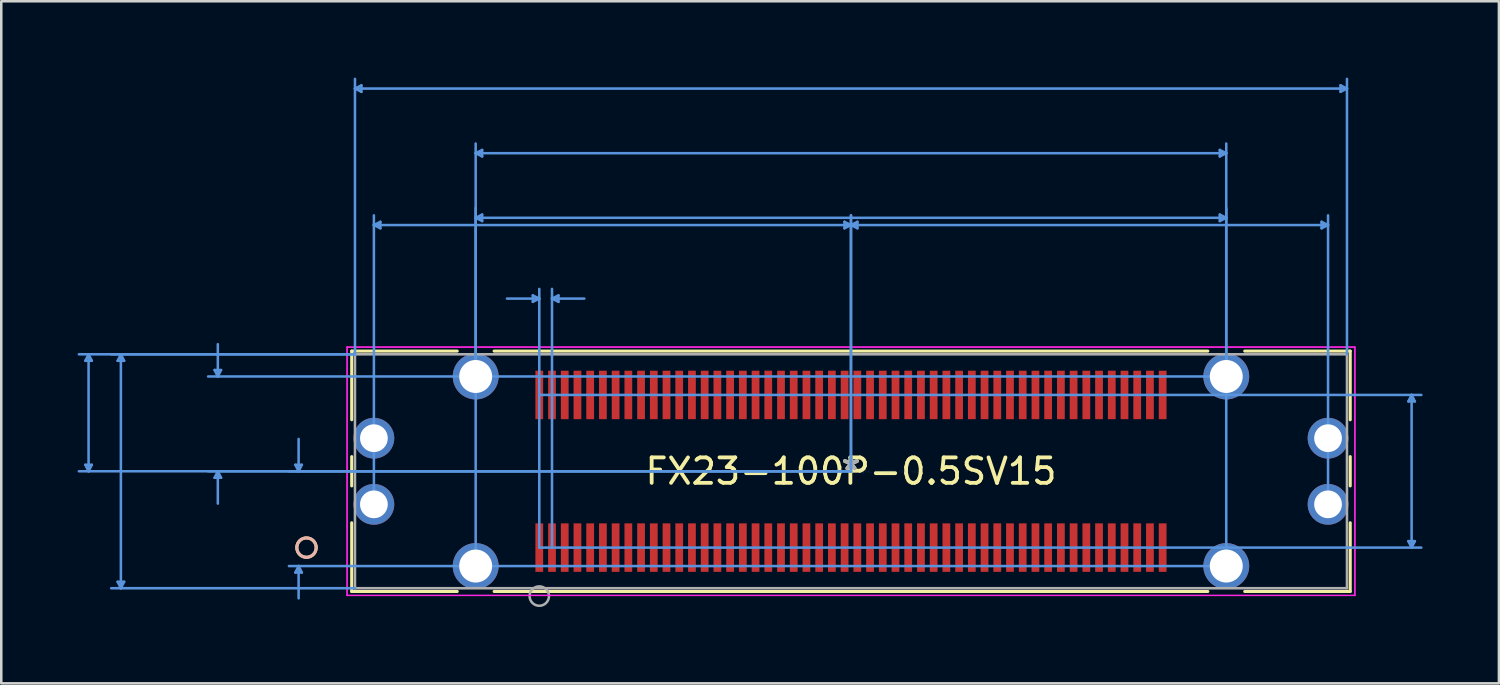
<source format=kicad_pcb>
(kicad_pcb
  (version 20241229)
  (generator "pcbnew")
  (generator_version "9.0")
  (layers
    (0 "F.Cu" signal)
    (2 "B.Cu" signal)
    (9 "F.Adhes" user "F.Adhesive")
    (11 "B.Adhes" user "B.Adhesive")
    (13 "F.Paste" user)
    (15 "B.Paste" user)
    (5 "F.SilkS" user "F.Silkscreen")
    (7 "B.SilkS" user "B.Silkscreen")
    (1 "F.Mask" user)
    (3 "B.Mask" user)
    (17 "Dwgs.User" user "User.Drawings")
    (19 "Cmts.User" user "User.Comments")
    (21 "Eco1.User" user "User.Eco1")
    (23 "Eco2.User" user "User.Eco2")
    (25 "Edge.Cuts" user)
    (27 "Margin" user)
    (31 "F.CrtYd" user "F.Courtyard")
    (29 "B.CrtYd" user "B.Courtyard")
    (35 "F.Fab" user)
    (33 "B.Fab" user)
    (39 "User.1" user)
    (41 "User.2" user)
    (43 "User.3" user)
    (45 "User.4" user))
  (footprint "FX23-100P-0.5SV15"
    (layer "F.Cu")
    (at 30.395 15.472)
    (property "Reference" "FX23-100P-0.5SV15" (at 0 0 0) (layer "F.SilkS") (effects (font (size 1 1) (thickness 0.15))))
    (attr through_hole)
    (fp_line (start -19.622 -4.724) (end -19.622 -2.024) (stroke (width 0.12) (type solid)) (layer "F.SilkS"))
    (fp_line (start -19.622 -0.576) (end -19.622 0.576) (stroke (width 0.12) (type solid)) (layer "F.SilkS"))
    (fp_line (start -19.622 2.024) (end -19.622 4.724) (stroke (width 0.12) (type solid)) (layer "F.SilkS"))
    (fp_line (start -19.622 4.724) (end -15.475 4.724) (stroke (width 0.12) (type solid)) (layer "F.SilkS"))
    (fp_line (start -15.475 -4.724) (end -19.622 -4.724) (stroke (width 0.12) (type solid)) (layer "F.SilkS"))
    (fp_line (start -14.025 4.724) (end 14.025 4.724) (stroke (width 0.12) (type solid)) (layer "F.SilkS"))
    (fp_line (start 14.025 -4.724) (end -14.025 -4.724) (stroke (width 0.12) (type solid)) (layer "F.SilkS"))
    (fp_line (start 15.475 4.724) (end 19.622 4.724) (stroke (width 0.12) (type solid)) (layer "F.SilkS"))
    (fp_line (start 19.622 -4.724) (end 15.475 -4.724) (stroke (width 0.12) (type solid)) (layer "F.SilkS"))
    (fp_line (start 19.622 -2.024) (end 19.622 -4.724) (stroke (width 0.12) (type solid)) (layer "F.SilkS"))
    (fp_line (start 19.622 0.576) (end 19.622 -0.576) (stroke (width 0.12) (type solid)) (layer "F.SilkS"))
    (fp_line (start 19.622 4.724) (end 19.622 2.024) (stroke (width 0.12) (type solid)) (layer "F.SilkS"))
    (fp_circle (center -21.399 3) (end -21.018 3) (stroke (width 0.12) (type solid)) (fill no) (layer "F.SilkS"))
    (fp_circle (center -21.399 3) (end -21.018 3) (stroke (width 0.12) (type solid)) (fill no) (layer "B.SilkS"))
    (fp_line (start -30.091 -4.343) (end -29.837 -4.343) (stroke (width 0.1) (type solid)) (layer "Cmts.User"))
    (fp_line (start -30.091 -0.254) (end -29.837 -0.254) (stroke (width 0.1) (type solid)) (layer "Cmts.User"))
    (fp_line (start -29.964 -4.597) (end -30.091 -4.343) (stroke (width 0.1) (type solid)) (layer "Cmts.User"))
    (fp_line (start -29.964 -4.597) (end -29.964 0) (stroke (width 0.1) (type solid)) (layer "Cmts.User"))
    (fp_line (start -29.964 -4.597) (end -29.837 -4.343) (stroke (width 0.1) (type solid)) (layer "Cmts.User"))
    (fp_line (start -29.964 0) (end -30.091 -0.254) (stroke (width 0.1) (type solid)) (layer "Cmts.User"))
    (fp_line (start -29.964 0) (end -29.837 -0.254) (stroke (width 0.1) (type solid)) (layer "Cmts.User"))
    (fp_line (start -28.821 -4.343) (end -28.567 -4.343) (stroke (width 0.1) (type solid)) (layer "Cmts.User"))
    (fp_line (start -28.821 4.343) (end -28.567 4.343) (stroke (width 0.1) (type solid)) (layer "Cmts.User"))
    (fp_line (start -28.694 -4.597) (end -28.821 -4.343) (stroke (width 0.1) (type solid)) (layer "Cmts.User"))
    (fp_line (start -28.694 -4.597) (end -28.694 4.597) (stroke (width 0.1) (type solid)) (layer "Cmts.User"))
    (fp_line (start -28.694 -4.597) (end -28.567 -4.343) (stroke (width 0.1) (type solid)) (layer "Cmts.User"))
    (fp_line (start -28.694 4.597) (end -28.821 4.343) (stroke (width 0.1) (type solid)) (layer "Cmts.User"))
    (fp_line (start -28.694 4.597) (end -28.567 4.343) (stroke (width 0.1) (type solid)) (layer "Cmts.User"))
    (fp_line (start -25.011 -3.979) (end -24.757 -3.979) (stroke (width 0.1) (type solid)) (layer "Cmts.User"))
    (fp_line (start -25.011 0.254) (end -24.757 0.254) (stroke (width 0.1) (type solid)) (layer "Cmts.User"))
    (fp_line (start -24.884 -3.725) (end -25.011 -3.979) (stroke (width 0.1) (type solid)) (layer "Cmts.User"))
    (fp_line (start -24.884 -3.725) (end -24.884 -4.995) (stroke (width 0.1) (type solid)) (layer "Cmts.User"))
    (fp_line (start -24.884 -3.725) (end -24.757 -3.979) (stroke (width 0.1) (type solid)) (layer "Cmts.User"))
    (fp_line (start -24.884 0) (end -25.011 0.254) (stroke (width 0.1) (type solid)) (layer "Cmts.User"))
    (fp_line (start -24.884 0) (end -24.884 1.27) (stroke (width 0.1) (type solid)) (layer "Cmts.User"))
    (fp_line (start -24.884 0) (end -24.757 0.254) (stroke (width 0.1) (type solid)) (layer "Cmts.User"))
    (fp_line (start -21.836 -0.254) (end -21.582 -0.254) (stroke (width 0.1) (type solid)) (layer "Cmts.User"))
    (fp_line (start -21.836 3.979) (end -21.582 3.979) (stroke (width 0.1) (type solid)) (layer "Cmts.User"))
    (fp_line (start -21.709 0) (end -21.836 -0.254) (stroke (width 0.1) (type solid)) (layer "Cmts.User"))
    (fp_line (start -21.709 0) (end -21.709 -1.27) (stroke (width 0.1) (type solid)) (layer "Cmts.User"))
    (fp_line (start -21.709 0) (end -21.582 -0.254) (stroke (width 0.1) (type solid)) (layer "Cmts.User"))
    (fp_line (start -21.709 3.725) (end -21.836 3.979) (stroke (width 0.1) (type solid)) (layer "Cmts.User"))
    (fp_line (start -21.709 3.725) (end -21.709 4.995) (stroke (width 0.1) (type solid)) (layer "Cmts.User"))
    (fp_line (start -21.709 3.725) (end -21.582 3.979) (stroke (width 0.1) (type solid)) (layer "Cmts.User"))
    (fp_line (start -19.494 -15.041) (end -19.241 -15.168) (stroke (width 0.1) (type solid)) (layer "Cmts.User"))
    (fp_line (start -19.494 -15.041) (end -19.241 -14.914) (stroke (width 0.1) (type solid)) (layer "Cmts.User"))
    (fp_line (start -19.494 -15.041) (end 19.494 -15.041) (stroke (width 0.1) (type solid)) (layer "Cmts.User"))
    (fp_line (start -19.494 -4.597) (end -30.345 -4.597) (stroke (width 0.1) (type solid)) (layer "Cmts.User"))
    (fp_line (start -19.494 -4.597) (end -29.075 -4.597) (stroke (width 0.1) (type solid)) (layer "Cmts.User"))
    (fp_line (start -19.494 -4.597) (end -19.494 -15.422) (stroke (width 0.1) (type solid)) (layer "Cmts.User"))
    (fp_line (start -19.494 4.597) (end -29.075 4.597) (stroke (width 0.1) (type solid)) (layer "Cmts.User"))
    (fp_line (start -19.241 -15.168) (end -19.241 -14.914) (stroke (width 0.1) (type solid)) (layer "Cmts.User"))
    (fp_line (start -18.75 -9.677) (end -18.496 -9.804) (stroke (width 0.1) (type solid)) (layer "Cmts.User"))
    (fp_line (start -18.75 -9.677) (end -18.496 -9.55) (stroke (width 0.1) (type solid)) (layer "Cmts.User"))
    (fp_line (start -18.75 -9.677) (end 0 -9.677) (stroke (width 0.1) (type solid)) (layer "Cmts.User"))
    (fp_line (start -18.75 1.3) (end -18.75 -10.058) (stroke (width 0.1) (type solid)) (layer "Cmts.User"))
    (fp_line (start -18.496 -9.804) (end -18.496 -9.55) (stroke (width 0.1) (type solid)) (layer "Cmts.User"))
    (fp_line (start -14.75 -12.501) (end -14.496 -12.628) (stroke (width 0.1) (type solid)) (layer "Cmts.User"))
    (fp_line (start -14.75 -12.501) (end -14.496 -12.374) (stroke (width 0.1) (type solid)) (layer "Cmts.User"))
    (fp_line (start -14.75 -12.501) (end 14.75 -12.501) (stroke (width 0.1) (type solid)) (layer "Cmts.User"))
    (fp_line (start -14.75 -9.961) (end -14.496 -10.088) (stroke (width 0.1) (type solid)) (layer "Cmts.User"))
    (fp_line (start -14.75 -9.961) (end -14.496 -9.834) (stroke (width 0.1) (type solid)) (layer "Cmts.User"))
    (fp_line (start -14.75 -9.961) (end 14.75 -9.961) (stroke (width 0.1) (type solid)) (layer "Cmts.User"))
    (fp_line (start -14.75 -3.725) (end -14.75 -10.342) (stroke (width 0.1) (type solid)) (layer "Cmts.User"))
    (fp_line (start -14.75 3.725) (end -14.75 -12.882) (stroke (width 0.1) (type solid)) (layer "Cmts.User"))
    (fp_line (start -14.496 -12.628) (end -14.496 -12.374) (stroke (width 0.1) (type solid)) (layer "Cmts.User"))
    (fp_line (start -14.496 -10.088) (end -14.496 -9.834) (stroke (width 0.1) (type solid)) (layer "Cmts.User"))
    (fp_line (start -12.504 -6.913) (end -12.504 -6.659) (stroke (width 0.1) (type solid)) (layer "Cmts.User"))
    (fp_line (start -12.25 -6.786) (end -13.52 -6.786) (stroke (width 0.1) (type solid)) (layer "Cmts.User"))
    (fp_line (start -12.25 -6.786) (end -12.504 -6.913) (stroke (width 0.1) (type solid)) (layer "Cmts.User"))
    (fp_line (start -12.25 -6.786) (end -12.504 -6.659) (stroke (width 0.1) (type solid)) (layer "Cmts.User"))
    (fp_line (start -12.25 -3) (end 22.416 -3) (stroke (width 0.1) (type solid)) (layer "Cmts.User"))
    (fp_line (start -12.25 3) (end -12.25 -7.167) (stroke (width 0.1) (type solid)) (layer "Cmts.User"))
    (fp_line (start -12.25 3) (end 22.416 3) (stroke (width 0.1) (type solid)) (layer "Cmts.User"))
    (fp_line (start -11.75 -6.786) (end -11.496 -6.913) (stroke (width 0.1) (type solid)) (layer "Cmts.User"))
    (fp_line (start -11.75 -6.786) (end -11.496 -6.659) (stroke (width 0.1) (type solid)) (layer "Cmts.User"))
    (fp_line (start -11.75 -6.786) (end -10.48 -6.786) (stroke (width 0.1) (type solid)) (layer "Cmts.User"))
    (fp_line (start -11.75 3) (end -11.75 -7.167) (stroke (width 0.1) (type solid)) (layer "Cmts.User"))
    (fp_line (start -11.496 -6.913) (end -11.496 -6.659) (stroke (width 0.1) (type solid)) (layer "Cmts.User"))
    (fp_line (start -0.254 -9.804) (end -0.254 -9.55) (stroke (width 0.1) (type solid)) (layer "Cmts.User"))
    (fp_line (start 0 -9.677) (end -0.254 -9.804) (stroke (width 0.1) (type solid)) (layer "Cmts.User"))
    (fp_line (start 0 -9.677) (end -0.254 -9.55) (stroke (width 0.1) (type solid)) (layer "Cmts.User"))
    (fp_line (start 0 -9.677) (end 0.254 -9.804) (stroke (width 0.1) (type solid)) (layer "Cmts.User"))
    (fp_line (start 0 -9.677) (end 0.254 -9.55) (stroke (width 0.1) (type solid)) (layer "Cmts.User"))
    (fp_line (start 0 -9.677) (end 18.75 -9.677) (stroke (width 0.1) (type solid)) (layer "Cmts.User"))
    (fp_line (start 0 0) (end -30.345 0) (stroke (width 0.1) (type solid)) (layer "Cmts.User"))
    (fp_line (start 0 0) (end -25.265 0) (stroke (width 0.1) (type solid)) (layer "Cmts.User"))
    (fp_line (start 0 0) (end -22.09 0) (stroke (width 0.1) (type solid)) (layer "Cmts.User"))
    (fp_line (start 0 0) (end 0 -10.058) (stroke (width 0.1) (type solid)) (layer "Cmts.User"))
    (fp_line (start 0 0) (end 0 -10.058) (stroke (width 0.1) (type solid)) (layer "Cmts.User"))
    (fp_line (start 0.254 -9.804) (end 0.254 -9.55) (stroke (width 0.1) (type solid)) (layer "Cmts.User"))
    (fp_line (start 14.496 -12.628) (end 14.496 -12.374) (stroke (width 0.1) (type solid)) (layer "Cmts.User"))
    (fp_line (start 14.496 -10.088) (end 14.496 -9.834) (stroke (width 0.1) (type solid)) (layer "Cmts.User"))
    (fp_line (start 14.75 -12.501) (end 14.496 -12.628) (stroke (width 0.1) (type solid)) (layer "Cmts.User"))
    (fp_line (start 14.75 -12.501) (end 14.496 -12.374) (stroke (width 0.1) (type solid)) (layer "Cmts.User"))
    (fp_line (start 14.75 -9.961) (end 14.496 -10.088) (stroke (width 0.1) (type solid)) (layer "Cmts.User"))
    (fp_line (start 14.75 -9.961) (end 14.496 -9.834) (stroke (width 0.1) (type solid)) (layer "Cmts.User"))
    (fp_line (start 14.75 -3.725) (end -25.265 -3.725) (stroke (width 0.1) (type solid)) (layer "Cmts.User"))
    (fp_line (start 14.75 -3.725) (end 14.75 -10.342) (stroke (width 0.1) (type solid)) (layer "Cmts.User"))
    (fp_line (start 14.75 3.725) (end -22.09 3.725) (stroke (width 0.1) (type solid)) (layer "Cmts.User"))
    (fp_line (start 14.75 3.725) (end 14.75 -12.882) (stroke (width 0.1) (type solid)) (layer "Cmts.User"))
    (fp_line (start 18.496 -9.804) (end 18.496 -9.55) (stroke (width 0.1) (type solid)) (layer "Cmts.User"))
    (fp_line (start 18.75 -9.677) (end 18.496 -9.804) (stroke (width 0.1) (type solid)) (layer "Cmts.User"))
    (fp_line (start 18.75 -9.677) (end 18.496 -9.55) (stroke (width 0.1) (type solid)) (layer "Cmts.User"))
    (fp_line (start 18.75 1.3) (end 18.75 -10.058) (stroke (width 0.1) (type solid)) (layer "Cmts.User"))
    (fp_line (start 19.241 -15.168) (end 19.241 -14.914) (stroke (width 0.1) (type solid)) (layer "Cmts.User"))
    (fp_line (start 19.494 -15.041) (end 19.241 -15.168) (stroke (width 0.1) (type solid)) (layer "Cmts.User"))
    (fp_line (start 19.494 -15.041) (end 19.241 -14.914) (stroke (width 0.1) (type solid)) (layer "Cmts.User"))
    (fp_line (start 19.494 -4.597) (end 19.494 -15.422) (stroke (width 0.1) (type solid)) (layer "Cmts.User"))
    (fp_line (start 21.907 -2.746) (end 22.162 -2.746) (stroke (width 0.1) (type solid)) (layer "Cmts.User"))
    (fp_line (start 21.907 2.746) (end 22.162 2.746) (stroke (width 0.1) (type solid)) (layer "Cmts.User"))
    (fp_line (start 22.035 -3) (end 21.907 -2.746) (stroke (width 0.1) (type solid)) (layer "Cmts.User"))
    (fp_line (start 22.035 -3) (end 22.035 3) (stroke (width 0.1) (type solid)) (layer "Cmts.User"))
    (fp_line (start 22.035 -3) (end 22.162 -2.746) (stroke (width 0.1) (type solid)) (layer "Cmts.User"))
    (fp_line (start 22.035 3) (end 21.907 2.746) (stroke (width 0.1) (type solid)) (layer "Cmts.User"))
    (fp_line (start 22.035 3) (end 22.162 2.746) (stroke (width 0.1) (type solid)) (layer "Cmts.User"))
    (fp_line (start -19.804 -4.881) (end -19.804 4.881) (stroke (width 0.05) (type solid)) (layer "F.CrtYd"))
    (fp_line (start -19.804 -4.881) (end -19.804 4.881) (stroke (width 0.05) (type solid)) (layer "F.CrtYd"))
    (fp_line (start -19.804 4.881) (end 19.804 4.881) (stroke (width 0.05) (type solid)) (layer "F.CrtYd"))
    (fp_line (start -19.804 4.881) (end 19.804 4.881) (stroke (width 0.05) (type solid)) (layer "F.CrtYd"))
    (fp_line (start 19.804 -4.881) (end -19.804 -4.881) (stroke (width 0.05) (type solid)) (layer "F.CrtYd"))
    (fp_line (start 19.804 -4.881) (end -19.804 -4.881) (stroke (width 0.05) (type solid)) (layer "F.CrtYd"))
    (fp_line (start 19.804 4.881) (end 19.804 -4.881) (stroke (width 0.05) (type solid)) (layer "F.CrtYd"))
    (fp_line (start 19.804 4.881) (end 19.804 -4.881) (stroke (width 0.05) (type solid)) (layer "F.CrtYd"))
    (fp_line (start -19.494 -4.597) (end -19.494 4.597) (stroke (width 0.1) (type solid)) (layer "F.Fab"))
    (fp_line (start -19.494 4.597) (end 19.494 4.597) (stroke (width 0.1) (type solid)) (layer "F.Fab"))
    (fp_line (start 19.494 -4.597) (end -19.494 -4.597) (stroke (width 0.1) (type solid)) (layer "F.Fab"))
    (fp_line (start 19.494 4.597) (end 19.494 -4.597) (stroke (width 0.1) (type solid)) (layer "F.Fab"))
    (fp_circle (center -12.25 4.905) (end -11.869 4.905) (stroke (width 0.1) (type solid)) (fill no) (layer "F.Fab"))
    (fp_text user "*" (at 0 0 0) (layer "F.SilkS") (effects (font (size 1 1) (thickness 0.15))))
    (fp_text user "Copyright 2021 Accelerated Designs. All rights reserved." (at 0 0 0) (layer "Cmts.User") (effects (font (size 0.127 0.127) (thickness 0.002))))
    (fp_text user "*" (at 0 0 0) (layer "F.Fab") (effects (font (size 1 1) (thickness 0.15))))
    (pad "1" smd rect (at -12.25 3) (size 0.305 1.905) (layers "F.Cu" "F.Mask" "F.Paste"))
    (pad "2" smd rect (at -11.75 3) (size 0.305 1.905) (layers "F.Cu" "F.Mask" "F.Paste"))
    (pad "3" smd rect (at -11.25 3) (size 0.305 1.905) (layers "F.Cu" "F.Mask" "F.Paste"))
    (pad "4" smd rect (at -10.75 3) (size 0.305 1.905) (layers "F.Cu" "F.Mask" "F.Paste"))
    (pad "5" smd rect (at -10.25 3) (size 0.305 1.905) (layers "F.Cu" "F.Mask" "F.Paste"))
    (pad "6" smd rect (at -9.75 3) (size 0.305 1.905) (layers "F.Cu" "F.Mask" "F.Paste"))
    (pad "7" smd rect (at -9.25 3) (size 0.305 1.905) (layers "F.Cu" "F.Mask" "F.Paste"))
    (pad "8" smd rect (at -8.75 3) (size 0.305 1.905) (layers "F.Cu" "F.Mask" "F.Paste"))
    (pad "9" smd rect (at -8.25 3) (size 0.305 1.905) (layers "F.Cu" "F.Mask" "F.Paste"))
    (pad "10" smd rect (at -7.75 3) (size 0.305 1.905) (layers "F.Cu" "F.Mask" "F.Paste"))
    (pad "11" smd rect (at -7.25 3) (size 0.305 1.905) (layers "F.Cu" "F.Mask" "F.Paste"))
    (pad "12" smd rect (at -6.75 3) (size 0.305 1.905) (layers "F.Cu" "F.Mask" "F.Paste"))
    (pad "13" smd rect (at -6.25 3) (size 0.305 1.905) (layers "F.Cu" "F.Mask" "F.Paste"))
    (pad "14" smd rect (at -5.75 3) (size 0.305 1.905) (layers "F.Cu" "F.Mask" "F.Paste"))
    (pad "15" smd rect (at -5.25 3) (size 0.305 1.905) (layers "F.Cu" "F.Mask" "F.Paste"))
    (pad "16" smd rect (at -4.75 3) (size 0.305 1.905) (layers "F.Cu" "F.Mask" "F.Paste"))
    (pad "17" smd rect (at -4.25 3) (size 0.305 1.905) (layers "F.Cu" "F.Mask" "F.Paste"))
    (pad "18" smd rect (at -3.75 3) (size 0.305 1.905) (layers "F.Cu" "F.Mask" "F.Paste"))
    (pad "19" smd rect (at -3.25 3) (size 0.305 1.905) (layers "F.Cu" "F.Mask" "F.Paste"))
    (pad "20" smd rect (at -2.75 3) (size 0.305 1.905) (layers "F.Cu" "F.Mask" "F.Paste"))
    (pad "21" smd rect (at -2.25 3) (size 0.305 1.905) (layers "F.Cu" "F.Mask" "F.Paste"))
    (pad "22" smd rect (at -1.75 3) (size 0.305 1.905) (layers "F.Cu" "F.Mask" "F.Paste"))
    (pad "23" smd rect (at -1.25 3) (size 0.305 1.905) (layers "F.Cu" "F.Mask" "F.Paste"))
    (pad "24" smd rect (at -0.75 3) (size 0.305 1.905) (layers "F.Cu" "F.Mask" "F.Paste"))
    (pad "25" smd rect (at -0.25 3) (size 0.305 1.905) (layers "F.Cu" "F.Mask" "F.Paste"))
    (pad "26" smd rect (at 0.25 3) (size 0.305 1.905) (layers "F.Cu" "F.Mask" "F.Paste"))
    (pad "27" smd rect (at 0.75 3) (size 0.305 1.905) (layers "F.Cu" "F.Mask" "F.Paste"))
    (pad "28" smd rect (at 1.25 3) (size 0.305 1.905) (layers "F.Cu" "F.Mask" "F.Paste"))
    (pad "29" smd rect (at 1.75 3) (size 0.305 1.905) (layers "F.Cu" "F.Mask" "F.Paste"))
    (pad "30" smd rect (at 2.25 3) (size 0.305 1.905) (layers "F.Cu" "F.Mask" "F.Paste"))
    (pad "31" smd rect (at 2.75 3) (size 0.305 1.905) (layers "F.Cu" "F.Mask" "F.Paste"))
    (pad "32" smd rect (at 3.25 3) (size 0.305 1.905) (layers "F.Cu" "F.Mask" "F.Paste"))
    (pad "33" smd rect (at 3.75 3) (size 0.305 1.905) (layers "F.Cu" "F.Mask" "F.Paste"))
    (pad "34" smd rect (at 4.25 3) (size 0.305 1.905) (layers "F.Cu" "F.Mask" "F.Paste"))
    (pad "35" smd rect (at 4.75 3) (size 0.305 1.905) (layers "F.Cu" "F.Mask" "F.Paste"))
    (pad "36" smd rect (at 5.25 3) (size 0.305 1.905) (layers "F.Cu" "F.Mask" "F.Paste"))
    (pad "37" smd rect (at 5.75 3) (size 0.305 1.905) (layers "F.Cu" "F.Mask" "F.Paste"))
    (pad "38" smd rect (at 6.25 3) (size 0.305 1.905) (layers "F.Cu" "F.Mask" "F.Paste"))
    (pad "39" smd rect (at 6.75 3) (size 0.305 1.905) (layers "F.Cu" "F.Mask" "F.Paste"))
    (pad "40" smd rect (at 7.25 3) (size 0.305 1.905) (layers "F.Cu" "F.Mask" "F.Paste"))
    (pad "41" smd rect (at 7.75 3) (size 0.305 1.905) (layers "F.Cu" "F.Mask" "F.Paste"))
    (pad "42" smd rect (at 8.25 3) (size 0.305 1.905) (layers "F.Cu" "F.Mask" "F.Paste"))
    (pad "43" smd rect (at 8.75 3) (size 0.305 1.905) (layers "F.Cu" "F.Mask" "F.Paste"))
    (pad "44" smd rect (at 9.25 3) (size 0.305 1.905) (layers "F.Cu" "F.Mask" "F.Paste"))
    (pad "45" smd rect (at 9.75 3) (size 0.305 1.905) (layers "F.Cu" "F.Mask" "F.Paste"))
    (pad "46" smd rect (at 10.25 3) (size 0.305 1.905) (layers "F.Cu" "F.Mask" "F.Paste"))
    (pad "47" smd rect (at 10.75 3) (size 0.305 1.905) (layers "F.Cu" "F.Mask" "F.Paste"))
    (pad "48" smd rect (at 11.25 3) (size 0.305 1.905) (layers "F.Cu" "F.Mask" "F.Paste"))
    (pad "49" smd rect (at 11.75 3) (size 0.305 1.905) (layers "F.Cu" "F.Mask" "F.Paste"))
    (pad "50" smd rect (at 12.25 3) (size 0.305 1.905) (layers "F.Cu" "F.Mask" "F.Paste"))
    (pad "51" smd rect (at -12.25 -3) (size 0.305 1.905) (layers "F.Cu" "F.Mask" "F.Paste"))
    (pad "52" smd rect (at -11.75 -3) (size 0.305 1.905) (layers "F.Cu" "F.Mask" "F.Paste"))
    (pad "53" smd rect (at -11.25 -3) (size 0.305 1.905) (layers "F.Cu" "F.Mask" "F.Paste"))
    (pad "54" smd rect (at -10.75 -3) (size 0.305 1.905) (layers "F.Cu" "F.Mask" "F.Paste"))
    (pad "55" smd rect (at -10.25 -3) (size 0.305 1.905) (layers "F.Cu" "F.Mask" "F.Paste"))
    (pad "56" smd rect (at -9.75 -3) (size 0.305 1.905) (layers "F.Cu" "F.Mask" "F.Paste"))
    (pad "57" smd rect (at -9.25 -3) (size 0.305 1.905) (layers "F.Cu" "F.Mask" "F.Paste"))
    (pad "58" smd rect (at -8.75 -3) (size 0.305 1.905) (layers "F.Cu" "F.Mask" "F.Paste"))
    (pad "59" smd rect (at -8.25 -3) (size 0.305 1.905) (layers "F.Cu" "F.Mask" "F.Paste"))
    (pad "60" smd rect (at -7.75 -3) (size 0.305 1.905) (layers "F.Cu" "F.Mask" "F.Paste"))
    (pad "61" smd rect (at -7.25 -3) (size 0.305 1.905) (layers "F.Cu" "F.Mask" "F.Paste"))
    (pad "62" smd rect (at -6.75 -3) (size 0.305 1.905) (layers "F.Cu" "F.Mask" "F.Paste"))
    (pad "63" smd rect (at -6.25 -3) (size 0.305 1.905) (layers "F.Cu" "F.Mask" "F.Paste"))
    (pad "64" smd rect (at -5.75 -3) (size 0.305 1.905) (layers "F.Cu" "F.Mask" "F.Paste"))
    (pad "65" smd rect (at -5.25 -3) (size 0.305 1.905) (layers "F.Cu" "F.Mask" "F.Paste"))
    (pad "66" smd rect (at -4.75 -3) (size 0.305 1.905) (layers "F.Cu" "F.Mask" "F.Paste"))
    (pad "67" smd rect (at -4.25 -3) (size 0.305 1.905) (layers "F.Cu" "F.Mask" "F.Paste"))
    (pad "68" smd rect (at -3.75 -3) (size 0.305 1.905) (layers "F.Cu" "F.Mask" "F.Paste"))
    (pad "69" smd rect (at -3.25 -3) (size 0.305 1.905) (layers "F.Cu" "F.Mask" "F.Paste"))
    (pad "70" smd rect (at -2.75 -3) (size 0.305 1.905) (layers "F.Cu" "F.Mask" "F.Paste"))
    (pad "71" smd rect (at -2.25 -3) (size 0.305 1.905) (layers "F.Cu" "F.Mask" "F.Paste"))
    (pad "72" smd rect (at -1.75 -3) (size 0.305 1.905) (layers "F.Cu" "F.Mask" "F.Paste"))
    (pad "73" smd rect (at -1.25 -3) (size 0.305 1.905) (layers "F.Cu" "F.Mask" "F.Paste"))
    (pad "74" smd rect (at -0.75 -3) (size 0.305 1.905) (layers "F.Cu" "F.Mask" "F.Paste"))
    (pad "75" smd rect (at -0.25 -3) (size 0.305 1.905) (layers "F.Cu" "F.Mask" "F.Paste"))
    (pad "76" smd rect (at 0.25 -3) (size 0.305 1.905) (layers "F.Cu" "F.Mask" "F.Paste"))
    (pad "77" smd rect (at 0.75 -3) (size 0.305 1.905) (layers "F.Cu" "F.Mask" "F.Paste"))
    (pad "78" smd rect (at 1.25 -3) (size 0.305 1.905) (layers "F.Cu" "F.Mask" "F.Paste"))
    (pad "79" smd rect (at 1.75 -3) (size 0.305 1.905) (layers "F.Cu" "F.Mask" "F.Paste"))
    (pad "80" smd rect (at 2.25 -3) (size 0.305 1.905) (layers "F.Cu" "F.Mask" "F.Paste"))
    (pad "81" smd rect (at 2.75 -3) (size 0.305 1.905) (layers "F.Cu" "F.Mask" "F.Paste"))
    (pad "82" smd rect (at 3.25 -3) (size 0.305 1.905) (layers "F.Cu" "F.Mask" "F.Paste"))
    (pad "83" smd rect (at 3.75 -3) (size 0.305 1.905) (layers "F.Cu" "F.Mask" "F.Paste"))
    (pad "84" smd rect (at 4.25 -3) (size 0.305 1.905) (layers "F.Cu" "F.Mask" "F.Paste"))
    (pad "85" smd rect (at 4.75 -3) (size 0.305 1.905) (layers "F.Cu" "F.Mask" "F.Paste"))
    (pad "86" smd rect (at 5.25 -3) (size 0.305 1.905) (layers "F.Cu" "F.Mask" "F.Paste"))
    (pad "87" smd rect (at 5.75 -3) (size 0.305 1.905) (layers "F.Cu" "F.Mask" "F.Paste"))
    (pad "88" smd rect (at 6.25 -3) (size 0.305 1.905) (layers "F.Cu" "F.Mask" "F.Paste"))
    (pad "89" smd rect (at 6.75 -3) (size 0.305 1.905) (layers "F.Cu" "F.Mask" "F.Paste"))
    (pad "90" smd rect (at 7.25 -3) (size 0.305 1.905) (layers "F.Cu" "F.Mask" "F.Paste"))
    (pad "91" smd rect (at 7.75 -3) (size 0.305 1.905) (layers "F.Cu" "F.Mask" "F.Paste"))
    (pad "92" smd rect (at 8.25 -3) (size 0.305 1.905) (layers "F.Cu" "F.Mask" "F.Paste"))
    (pad "93" smd rect (at 8.75 -3) (size 0.305 1.905) (layers "F.Cu" "F.Mask" "F.Paste"))
    (pad "94" smd rect (at 9.25 -3) (size 0.305 1.905) (layers "F.Cu" "F.Mask" "F.Paste"))
    (pad "95" smd rect (at 9.75 -3) (size 0.305 1.905) (layers "F.Cu" "F.Mask" "F.Paste"))
    (pad "96" smd rect (at 10.25 -3) (size 0.305 1.905) (layers "F.Cu" "F.Mask" "F.Paste"))
    (pad "97" smd rect (at 10.75 -3) (size 0.305 1.905) (layers "F.Cu" "F.Mask" "F.Paste"))
    (pad "98" smd rect (at 11.25 -3) (size 0.305 1.905) (layers "F.Cu" "F.Mask" "F.Paste"))
    (pad "99" smd rect (at 11.75 -3) (size 0.305 1.905) (layers "F.Cu" "F.Mask" "F.Paste"))
    (pad "100" smd rect (at 12.25 -3) (size 0.305 1.905) (layers "F.Cu" "F.Mask" "F.Paste"))
    (pad "101" thru_hole circle (at -14.75 3.725) (size 1.803 1.803) (drill 1.295) (layers "*.Cu" "*.Mask"))
    (pad "102" thru_hole circle (at 14.75 3.725) (size 1.803 1.803) (drill 1.295) (layers "*.Cu" "*.Mask"))
    (pad "103" thru_hole circle (at -14.75 -3.725) (size 1.803 1.803) (drill 1.295) (layers "*.Cu" "*.Mask"))
    (pad "104" thru_hole circle (at 14.75 -3.725) (size 1.803 1.803) (drill 1.295) (layers "*.Cu" "*.Mask"))
    (pad "105" thru_hole circle (at -18.75 -1.3) (size 1.6 1.6) (drill 1.092) (layers "*.Cu" "*.Mask"))
    (pad "106" thru_hole circle (at 18.75 -1.3) (size 1.6 1.6) (drill 1.092) (layers "*.Cu" "*.Mask"))
    (pad "107" thru_hole circle (at -18.75 1.3) (size 1.6 1.6) (drill 1.092) (layers "*.Cu" "*.Mask"))
    (pad "108" thru_hole circle (at 18.75 1.3) (size 1.6 1.6) (drill 1.092) (layers "*.Cu" "*.Mask")))
  (gr_rect
    (start -3 -3)
    (end 55.861 23.808)
    (stroke (width 0.1) (type default))
    (fill no)
    (layer "Edge.Cuts")))
</source>
